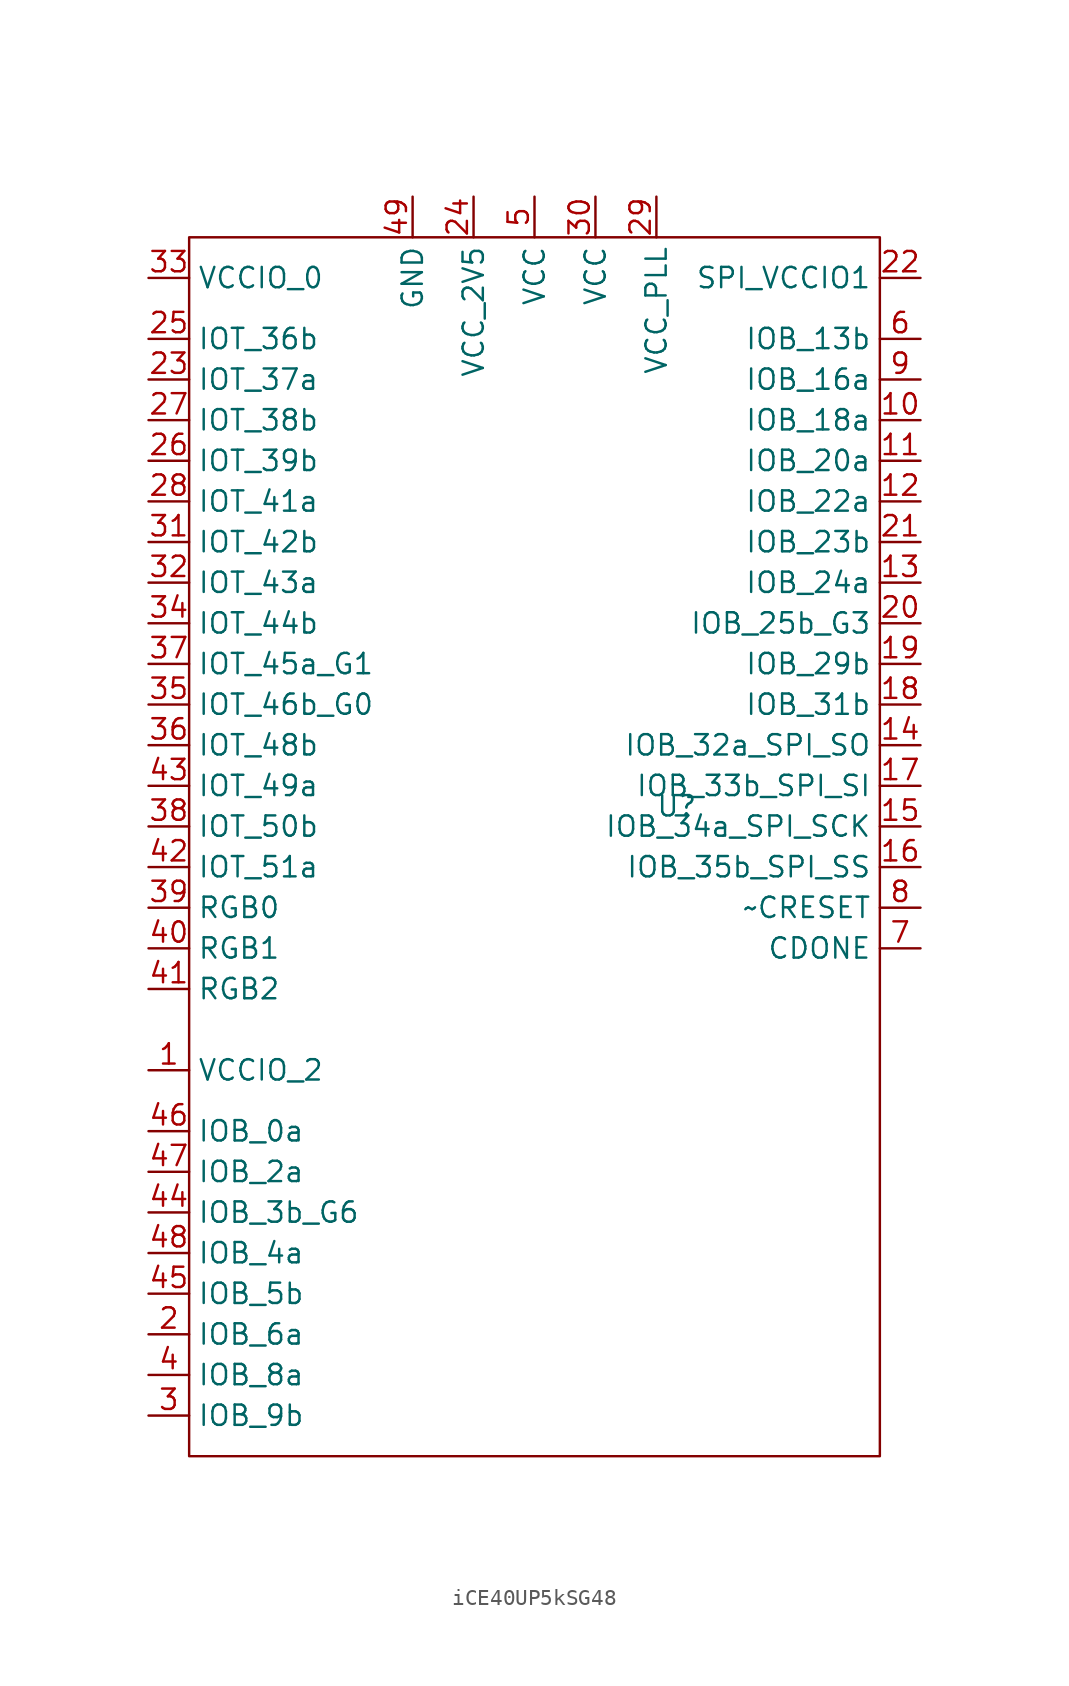
<source format=kicad_sym>
(kicad_symbol_lib
  (version 20231120)
  (generator "kicad_symbol_editor")
  (generator_version "8.0")
  (symbol "iCE40UP5kSG48"
    (property "Reference" "U"
      (at 8.89 0 0)
      (effects (font (size 1.27 1.27))))
    (property "Value" ""
      (at 8.89 0 0)
      (effects (font (size 1.27 1.27))))
    (symbol "iCE40UP5kSG48_0_1"
      (rectangle (start -21.59 35.56) (end 21.59 -40.64) (stroke (width 0) (type default)) (fill (type none))))
    (symbol "iCE40UP5kSG48_1_1"
      (pin input line (at -24.13 -16.51 0) (length 2.54) (name "VCCIO_2" (effects (font (size 1.27 1.27)))) (number "1" (effects (font (size 1.27 1.27)))))
      (pin input line (at 24.13 24.13 180) (length 2.54) (name "IOB_18a" (effects (font (size 1.27 1.27)))) (number "10" (effects (font (size 1.27 1.27)))))
      (pin input line (at 24.13 21.59 180) (length 2.54) (name "IOB_20a" (effects (font (size 1.27 1.27)))) (number "11" (effects (font (size 1.27 1.27)))))
      (pin input line (at 24.13 19.05 180) (length 2.54) (name "IOB_22a" (effects (font (size 1.27 1.27)))) (number "12" (effects (font (size 1.27 1.27)))))
      (pin input line (at 24.13 13.97 180) (length 2.54) (name "IOB_24a" (effects (font (size 1.27 1.27)))) (number "13" (effects (font (size 1.27 1.27)))))
      (pin input line (at 24.13 3.81 180) (length 2.54) (name "IOB_32a_SPI_SO" (effects (font (size 1.27 1.27)))) (number "14" (effects (font (size 1.27 1.27)))))
      (pin input line (at 24.13 -1.27 180) (length 2.54) (name "IOB_34a_SPI_SCK" (effects (font (size 1.27 1.27)))) (number "15" (effects (font (size 1.27 1.27)))))
      (pin input line (at 24.13 -3.81 180) (length 2.54) (name "IOB_35b_SPI_SS" (effects (font (size 1.27 1.27)))) (number "16" (effects (font (size 1.27 1.27)))))
      (pin input line (at 24.13 1.27 180) (length 2.54) (name "IOB_33b_SPI_SI" (effects (font (size 1.27 1.27)))) (number "17" (effects (font (size 1.27 1.27)))))
      (pin input line (at 24.13 6.35 180) (length 2.54) (name "IOB_31b" (effects (font (size 1.27 1.27)))) (number "18" (effects (font (size 1.27 1.27)))))
      (pin input line (at 24.13 8.89 180) (length 2.54) (name "IOB_29b" (effects (font (size 1.27 1.27)))) (number "19" (effects (font (size 1.27 1.27)))))
      (pin input line (at -24.13 -33.02 0) (length 2.54) (name "IOB_6a" (effects (font (size 1.27 1.27)))) (number "2" (effects (font (size 1.27 1.27)))))
      (pin input line (at 24.13 11.43 180) (length 2.54) (name "IOB_25b_G3" (effects (font (size 1.27 1.27)))) (number "20" (effects (font (size 1.27 1.27)))))
      (pin input line (at 24.13 16.51 180) (length 2.54) (name "IOB_23b" (effects (font (size 1.27 1.27)))) (number "21" (effects (font (size 1.27 1.27)))))
      (pin input line (at 24.13 33.02 180) (length 2.54) (name "SPI_VCCIO1" (effects (font (size 1.27 1.27)))) (number "22" (effects (font (size 1.27 1.27)))))
      (pin input line (at -24.13 26.67 0) (length 2.54) (name "IOT_37a" (effects (font (size 1.27 1.27)))) (number "23" (effects (font (size 1.27 1.27)))))
      (pin input line (at -3.81 38.1 270) (length 2.54) (name "VCC_2V5" (effects (font (size 1.27 1.27)))) (number "24" (effects (font (size 1.27 1.27)))))
      (pin input line (at -24.13 29.21 0) (length 2.54) (name "IOT_36b" (effects (font (size 1.27 1.27)))) (number "25" (effects (font (size 1.27 1.27)))))
      (pin input line (at -24.13 21.59 0) (length 2.54) (name "IOT_39b" (effects (font (size 1.27 1.27)))) (number "26" (effects (font (size 1.27 1.27)))))
      (pin input line (at -24.13 24.13 0) (length 2.54) (name "IOT_38b" (effects (font (size 1.27 1.27)))) (number "27" (effects (font (size 1.27 1.27)))))
      (pin input line (at -24.13 19.05 0) (length 2.54) (name "IOT_41a" (effects (font (size 1.27 1.27)))) (number "28" (effects (font (size 1.27 1.27)))))
      (pin input line (at 7.62 38.1 270) (length 2.54) (name "VCC_PLL" (effects (font (size 1.27 1.27)))) (number "29" (effects (font (size 1.27 1.27)))))
      (pin input line (at -24.13 -38.1 0) (length 2.54) (name "IOB_9b" (effects (font (size 1.27 1.27)))) (number "3" (effects (font (size 1.27 1.27)))))
      (pin input line (at 3.81 38.1 270) (length 2.54) (name "VCC" (effects (font (size 1.27 1.27)))) (number "30" (effects (font (size 1.27 1.27)))))
      (pin input line (at -24.13 16.51 0) (length 2.54) (name "IOT_42b" (effects (font (size 1.27 1.27)))) (number "31" (effects (font (size 1.27 1.27)))))
      (pin input line (at -24.13 13.97 0) (length 2.54) (name "IOT_43a" (effects (font (size 1.27 1.27)))) (number "32" (effects (font (size 1.27 1.27)))))
      (pin input line (at -24.13 33.02 0) (length 2.54) (name "VCCIO_0" (effects (font (size 1.27 1.27)))) (number "33" (effects (font (size 1.27 1.27)))))
      (pin input line (at -24.13 11.43 0) (length 2.54) (name "IOT_44b" (effects (font (size 1.27 1.27)))) (number "34" (effects (font (size 1.27 1.27)))))
      (pin input line (at -24.13 6.35 0) (length 2.54) (name "IOT_46b_G0" (effects (font (size 1.27 1.27)))) (number "35" (effects (font (size 1.27 1.27)))))
      (pin input line (at -24.13 3.81 0) (length 2.54) (name "IOT_48b" (effects (font (size 1.27 1.27)))) (number "36" (effects (font (size 1.27 1.27)))))
      (pin input line (at -24.13 8.89 0) (length 2.54) (name "IOT_45a_G1" (effects (font (size 1.27 1.27)))) (number "37" (effects (font (size 1.27 1.27)))))
      (pin input line (at -24.13 -1.27 0) (length 2.54) (name "IOT_50b" (effects (font (size 1.27 1.27)))) (number "38" (effects (font (size 1.27 1.27)))))
      (pin input line (at -24.13 -6.35 0) (length 2.54) (name "RGB0" (effects (font (size 1.27 1.27)))) (number "39" (effects (font (size 1.27 1.27)))))
      (pin input line (at -24.13 -35.56 0) (length 2.54) (name "IOB_8a" (effects (font (size 1.27 1.27)))) (number "4" (effects (font (size 1.27 1.27)))))
      (pin input line (at -24.13 -8.89 0) (length 2.54) (name "RGB1" (effects (font (size 1.27 1.27)))) (number "40" (effects (font (size 1.27 1.27)))))
      (pin input line (at -24.13 -11.43 0) (length 2.54) (name "RGB2" (effects (font (size 1.27 1.27)))) (number "41" (effects (font (size 1.27 1.27)))))
      (pin input line (at -24.13 -3.81 0) (length 2.54) (name "IOT_51a" (effects (font (size 1.27 1.27)))) (number "42" (effects (font (size 1.27 1.27)))))
      (pin input line (at -24.13 1.27 0) (length 2.54) (name "IOT_49a" (effects (font (size 1.27 1.27)))) (number "43" (effects (font (size 1.27 1.27)))))
      (pin input line (at -24.13 -25.4 0) (length 2.54) (name "IOB_3b_G6" (effects (font (size 1.27 1.27)))) (number "44" (effects (font (size 1.27 1.27)))))
      (pin input line (at -24.13 -30.48 0) (length 2.54) (name "IOB_5b" (effects (font (size 1.27 1.27)))) (number "45" (effects (font (size 1.27 1.27)))))
      (pin input line (at -24.13 -20.32 0) (length 2.54) (name "IOB_0a" (effects (font (size 1.27 1.27)))) (number "46" (effects (font (size 1.27 1.27)))))
      (pin input line (at -24.13 -22.86 0) (length 2.54) (name "IOB_2a" (effects (font (size 1.27 1.27)))) (number "47" (effects (font (size 1.27 1.27)))))
      (pin input line (at -24.13 -27.94 0) (length 2.54) (name "IOB_4a" (effects (font (size 1.27 1.27)))) (number "48" (effects (font (size 1.27 1.27)))))
      (pin input line (at -7.62 38.1 270) (length 2.54) (name "GND" (effects (font (size 1.27 1.27)))) (number "49" (effects (font (size 1.27 1.27)))))
      (pin input line (at 0 38.1 270) (length 2.54) (name "VCC" (effects (font (size 1.27 1.27)))) (number "5" (effects (font (size 1.27 1.27)))))
      (pin input line (at 24.13 29.21 180) (length 2.54) (name "IOB_13b" (effects (font (size 1.27 1.27)))) (number "6" (effects (font (size 1.27 1.27)))))
      (pin input line (at 24.13 -8.89 180) (length 2.54) (name "CDONE" (effects (font (size 1.27 1.27)))) (number "7" (effects (font (size 1.27 1.27)))))
      (pin input line (at 24.13 -6.35 180) (length 2.54) (name "~CRESET" (effects (font (size 1.27 1.27)))) (number "8" (effects (font (size 1.27 1.27)))))
      (pin input line (at 24.13 26.67 180) (length 2.54) (name "IOB_16a" (effects (font (size 1.27 1.27)))) (number "9" (effects (font (size 1.27 1.27))))))))
</source>
